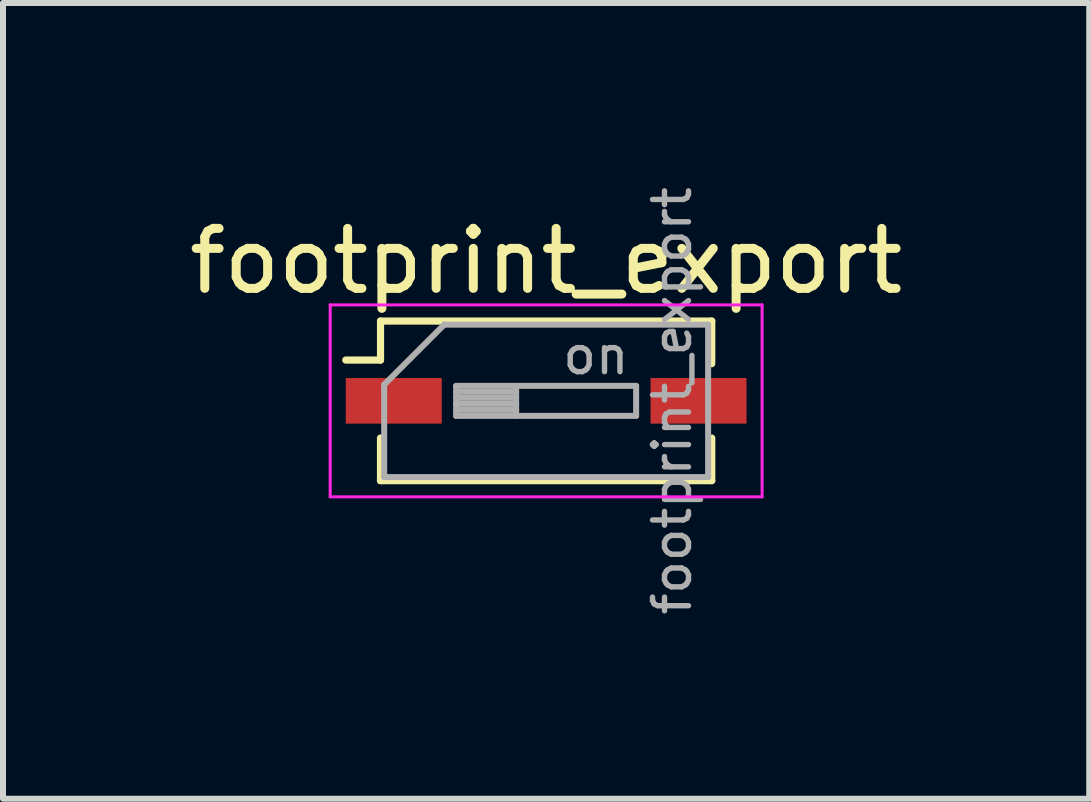
<source format=kicad_pcb>
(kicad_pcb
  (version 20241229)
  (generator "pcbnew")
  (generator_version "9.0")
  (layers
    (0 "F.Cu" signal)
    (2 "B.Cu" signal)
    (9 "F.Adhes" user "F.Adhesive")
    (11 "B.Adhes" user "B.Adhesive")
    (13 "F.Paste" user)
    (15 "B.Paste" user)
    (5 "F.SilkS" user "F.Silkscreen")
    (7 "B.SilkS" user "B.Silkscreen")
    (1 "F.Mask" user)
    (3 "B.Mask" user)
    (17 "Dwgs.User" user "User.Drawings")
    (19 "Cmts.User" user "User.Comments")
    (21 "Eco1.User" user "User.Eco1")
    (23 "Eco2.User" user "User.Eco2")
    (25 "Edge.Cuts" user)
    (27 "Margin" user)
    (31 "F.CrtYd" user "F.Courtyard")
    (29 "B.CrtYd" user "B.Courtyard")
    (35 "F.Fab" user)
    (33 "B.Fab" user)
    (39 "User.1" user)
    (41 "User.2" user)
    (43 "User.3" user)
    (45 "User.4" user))
  (footprint "footprint_export"
    (layer "F.Cu")
    (at 6.054 3.632)
    (property "Reference" "footprint_export" (at 0 -2.33 0) (layer "F.SilkS") (effects (font (size 1 1) (thickness 0.15))))
    (attr smd)
    (fp_line (start -3.34 -0.68) (end -2.761 -0.68) (stroke (width 0.12) (type solid)) (layer "F.SilkS"))
    (fp_line (start -2.761 -1.33) (end -2.761 -0.68) (stroke (width 0.12) (type solid)) (layer "F.SilkS"))
    (fp_line (start -2.761 -1.33) (end 2.76 -1.33) (stroke (width 0.12) (type solid)) (layer "F.SilkS"))
    (fp_line (start -2.761 0.62) (end -2.761 1.33) (stroke (width 0.12) (type solid)) (layer "F.SilkS"))
    (fp_line (start -2.761 1.33) (end 2.76 1.33) (stroke (width 0.12) (type solid)) (layer "F.SilkS"))
    (fp_line (start 2.76 -1.33) (end 2.76 -0.62) (stroke (width 0.12) (type solid)) (layer "F.SilkS"))
    (fp_line (start 2.76 0.62) (end 2.76 1.33) (stroke (width 0.12) (type solid)) (layer "F.SilkS"))
    (fp_line (start -3.6 -1.6) (end -3.6 1.6) (stroke (width 0.05) (type solid)) (layer "F.CrtYd"))
    (fp_line (start -3.6 1.6) (end 3.6 1.6) (stroke (width 0.05) (type solid)) (layer "F.CrtYd"))
    (fp_line (start 3.6 -1.6) (end -3.6 -1.6) (stroke (width 0.05) (type solid)) (layer "F.CrtYd"))
    (fp_line (start 3.6 1.6) (end 3.6 -1.6) (stroke (width 0.05) (type solid)) (layer "F.CrtYd"))
    (fp_line (start -2.7 -0.27) (end -1.7 -1.27) (stroke (width 0.1) (type solid)) (layer "F.Fab"))
    (fp_line (start -2.7 1.27) (end -2.7 -0.27) (stroke (width 0.1) (type solid)) (layer "F.Fab"))
    (fp_line (start -1.7 -1.27) (end 2.7 -1.27) (stroke (width 0.1) (type solid)) (layer "F.Fab"))
    (fp_line (start -1.5 -0.25) (end -1.5 0.25) (stroke (width 0.1) (type solid)) (layer "F.Fab"))
    (fp_line (start -1.5 -0.15) (end -0.5 -0.15) (stroke (width 0.1) (type solid)) (layer "F.Fab"))
    (fp_line (start -1.5 -0.05) (end -0.5 -0.05) (stroke (width 0.1) (type solid)) (layer "F.Fab"))
    (fp_line (start -1.5 0.05) (end -0.5 0.05) (stroke (width 0.1) (type solid)) (layer "F.Fab"))
    (fp_line (start -1.5 0.15) (end -0.5 0.15) (stroke (width 0.1) (type solid)) (layer "F.Fab"))
    (fp_line (start -1.5 0.25) (end 1.5 0.25) (stroke (width 0.1) (type solid)) (layer "F.Fab"))
    (fp_line (start -0.5 -0.25) (end -0.5 0.25) (stroke (width 0.1) (type solid)) (layer "F.Fab"))
    (fp_line (start 1.5 -0.25) (end -1.5 -0.25) (stroke (width 0.1) (type solid)) (layer "F.Fab"))
    (fp_line (start 1.5 0.25) (end 1.5 -0.25) (stroke (width 0.1) (type solid)) (layer "F.Fab"))
    (fp_line (start 2.7 -1.27) (end 2.7 1.27) (stroke (width 0.1) (type solid)) (layer "F.Fab"))
    (fp_line (start 2.7 1.27) (end -2.7 1.27) (stroke (width 0.1) (type solid)) (layer "F.Fab"))
    (fp_text user "${REFERENCE}" (at 2.1 0 90) (layer "F.Fab") (effects (font (size 0.6 0.6) (thickness 0.09))))
    (fp_text user "on" (at 0.83 -0.76 0) (layer "F.Fab") (effects (font (size 0.6 0.6) (thickness 0.09))))
    (pad "1" smd rect (at -2.54 0) (size 1.6 0.76) (layers "F.Cu" "F.Mask" "F.Paste"))
    (pad "2" smd rect (at 2.54 0) (size 1.6 0.76) (layers "F.Cu" "F.Mask" "F.Paste")))
  (gr_rect
    (start -3 -3)
    (end 15.107 10.264)
    (stroke (width 0.1) (type default))
    (fill no)
    (layer "Edge.Cuts")))
</source>
